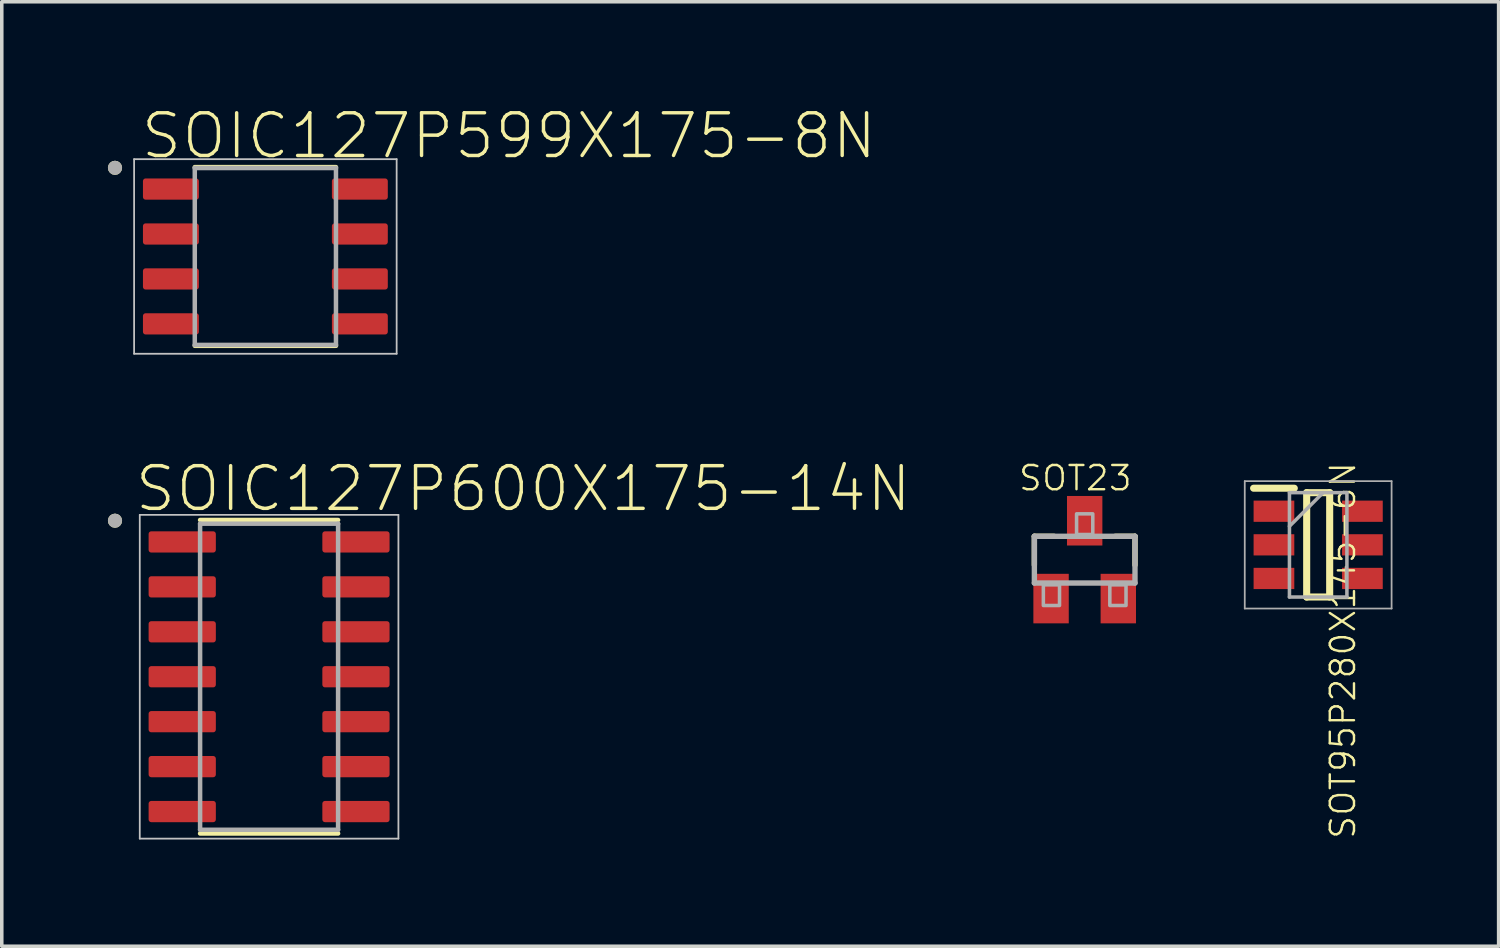
<source format=kicad_pcb>
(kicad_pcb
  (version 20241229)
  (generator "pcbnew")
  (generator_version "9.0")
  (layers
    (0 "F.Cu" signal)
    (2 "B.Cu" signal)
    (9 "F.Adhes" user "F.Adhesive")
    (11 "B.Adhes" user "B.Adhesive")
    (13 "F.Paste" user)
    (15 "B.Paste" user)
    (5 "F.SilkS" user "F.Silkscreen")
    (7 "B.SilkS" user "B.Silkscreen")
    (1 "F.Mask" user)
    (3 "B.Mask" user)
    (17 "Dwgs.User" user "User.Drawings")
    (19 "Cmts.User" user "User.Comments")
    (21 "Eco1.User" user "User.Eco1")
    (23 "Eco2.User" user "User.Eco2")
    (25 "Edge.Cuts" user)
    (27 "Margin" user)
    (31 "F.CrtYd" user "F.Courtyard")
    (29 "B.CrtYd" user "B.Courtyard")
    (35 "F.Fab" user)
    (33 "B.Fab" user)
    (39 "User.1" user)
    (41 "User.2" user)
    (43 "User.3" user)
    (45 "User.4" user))
  (footprint "SOT23"
    (layer "F.Cu")
    (at 27.605 12.767)
    (property "Reference" "SOT23" (at -1.905 -1.905 0) (layer "F.SilkS") (effects (font (size 0.684 0.684) (thickness 0.068)) (justify left bottom)))
    (attr through_hole)
    (fp_line (start -1.422 -0.66) (end -0.864 -0.66) (stroke (width 0.152) (type solid)) (layer "F.SilkS"))
    (fp_line (start -1.422 0.152) (end -1.422 -0.66) (stroke (width 0.152) (type solid)) (layer "F.SilkS"))
    (fp_line (start 0.864 -0.66) (end 1.422 -0.66) (stroke (width 0.152) (type solid)) (layer "F.SilkS"))
    (fp_line (start 1.422 -0.66) (end 1.422 0.152) (stroke (width 0.152) (type solid)) (layer "F.SilkS"))
    (fp_line (start -1.422 -0.66) (end 1.422 -0.66) (stroke (width 0.152) (type solid)) (layer "F.Fab"))
    (fp_line (start -1.422 0.66) (end -1.422 -0.66) (stroke (width 0.152) (type solid)) (layer "F.Fab"))
    (fp_line (start 1.422 -0.66) (end 1.422 0.66) (stroke (width 0.152) (type solid)) (layer "F.Fab"))
    (fp_line (start 1.422 0.66) (end -1.422 0.66) (stroke (width 0.152) (type solid)) (layer "F.Fab"))
    (fp_poly (pts (xy -1.168 1.295) (xy -0.711 1.295) (xy -0.711 0.711) (xy -1.168 0.711)) (stroke (width 0.1) (type solid)) (fill no) (layer "F.Fab"))
    (fp_poly (pts (xy -0.229 -0.711) (xy 0.229 -0.711) (xy 0.229 -1.295) (xy -0.229 -1.295)) (stroke (width 0.1) (type solid)) (fill no) (layer "F.Fab"))
    (fp_poly (pts (xy 0.711 1.295) (xy 1.168 1.295) (xy 1.168 0.711) (xy 0.711 0.711)) (stroke (width 0.1) (type solid)) (fill no) (layer "F.Fab"))
    (pad "1" smd rect (at -0.95 1.1) (size 1 1.4) (layers "F.Cu" "F.Mask" "F.Paste"))
    (pad "2" smd rect (at 0.95 1.1) (size 1 1.4) (layers "F.Cu" "F.Mask" "F.Paste"))
    (pad "3" smd rect (at 0 -1.1) (size 1 1.4) (layers "F.Cu" "F.Mask" "F.Paste")))
  (footprint "SOIC127P599X175-8N"
    (layer "F.Cu")
    (at 4.45 4.198)
    (property "Reference" "SOIC127P599X175-8N" (at -3.575 -2.702 180) (layer "F.SilkS") (effects (font (size 1.206 1.206) (thickness 0.097)) (justify left bottom)))
    (attr through_hole)
    (fp_line (start -1.995 -2.525) (end 1.995 -2.525) (stroke (width 0.127) (type solid)) (layer "F.SilkS"))
    (fp_line (start -1.995 2.525) (end 1.995 2.525) (stroke (width 0.127) (type solid)) (layer "F.SilkS"))
    (fp_circle (center -4.25 -2.505) (end -4.15 -2.505) (stroke (width 0.2) (type solid)) (fill no) (layer "F.SilkS"))
    (fp_line (start -3.71 -2.75) (end -3.71 2.75) (stroke (width 0.05) (type solid)) (layer "Dwgs.User"))
    (fp_line (start -3.71 -2.75) (end 3.71 -2.75) (stroke (width 0.05) (type solid)) (layer "Dwgs.User"))
    (fp_line (start -3.71 2.75) (end 3.71 2.75) (stroke (width 0.05) (type solid)) (layer "Dwgs.User"))
    (fp_line (start 3.71 -2.75) (end 3.71 2.75) (stroke (width 0.05) (type solid)) (layer "Dwgs.User"))
    (fp_line (start -1.995 -2.5) (end -1.995 2.5) (stroke (width 0.127) (type solid)) (layer "F.Fab"))
    (fp_line (start -1.995 -2.5) (end 1.995 -2.5) (stroke (width 0.127) (type solid)) (layer "F.Fab"))
    (fp_line (start -1.995 2.5) (end 1.995 2.5) (stroke (width 0.127) (type solid)) (layer "F.Fab"))
    (fp_line (start 1.995 -2.5) (end 1.995 2.5) (stroke (width 0.127) (type solid)) (layer "F.Fab"))
    (fp_circle (center -4.25 -2.505) (end -4.15 -2.505) (stroke (width 0.2) (type solid)) (fill no) (layer "F.Fab"))
    (pad "1" smd roundrect (at -2.67 -1.905) (size 1.58 0.6) (layers "F.Cu" "F.Mask" "F.Paste") (roundrect_rratio 0.125))
    (pad "2" smd roundrect (at -2.67 -0.635) (size 1.58 0.6) (layers "F.Cu" "F.Mask" "F.Paste") (roundrect_rratio 0.125))
    (pad "3" smd roundrect (at -2.67 0.635) (size 1.58 0.6) (layers "F.Cu" "F.Mask" "F.Paste") (roundrect_rratio 0.125))
    (pad "4" smd roundrect (at -2.67 1.905) (size 1.58 0.6) (layers "F.Cu" "F.Mask" "F.Paste") (roundrect_rratio 0.125))
    (pad "5" smd roundrect (at 2.67 1.905) (size 1.58 0.6) (layers "F.Cu" "F.Mask" "F.Paste") (roundrect_rratio 0.125))
    (pad "6" smd roundrect (at 2.67 0.635) (size 1.58 0.6) (layers "F.Cu" "F.Mask" "F.Paste") (roundrect_rratio 0.125))
    (pad "7" smd roundrect (at 2.67 -0.635) (size 1.58 0.6) (layers "F.Cu" "F.Mask" "F.Paste") (roundrect_rratio 0.125))
    (pad "8" smd roundrect (at 2.67 -1.905) (size 1.58 0.6) (layers "F.Cu" "F.Mask" "F.Paste") (roundrect_rratio 0.125)))
  (footprint "SOIC127P600X175-14N"
    (layer "F.Cu")
    (at 4.555 16.076)
    (property "Reference" "SOIC127P600X175-14N" (at -3.85 -4.607 180) (layer "F.SilkS") (effects (font (size 1.206 1.206) (thickness 0.097)) (justify left bottom)))
    (attr through_hole)
    (fp_line (start -1.95 -4.43) (end 1.95 -4.43) (stroke (width 0.127) (type solid)) (layer "F.SilkS"))
    (fp_line (start -1.95 4.43) (end 1.95 4.43) (stroke (width 0.127) (type solid)) (layer "F.SilkS"))
    (fp_circle (center -4.355 -4.41) (end -4.255 -4.41) (stroke (width 0.2) (type solid)) (fill no) (layer "F.SilkS"))
    (fp_line (start -3.655 -4.575) (end -3.655 4.575) (stroke (width 0.05) (type solid)) (layer "Dwgs.User"))
    (fp_line (start -3.655 -4.575) (end 3.655 -4.575) (stroke (width 0.05) (type solid)) (layer "Dwgs.User"))
    (fp_line (start -3.655 4.575) (end 3.655 4.575) (stroke (width 0.05) (type solid)) (layer "Dwgs.User"))
    (fp_line (start 3.655 -4.575) (end 3.655 4.575) (stroke (width 0.05) (type solid)) (layer "Dwgs.User"))
    (fp_line (start -1.95 -4.325) (end -1.95 4.325) (stroke (width 0.127) (type solid)) (layer "F.Fab"))
    (fp_line (start -1.95 -4.325) (end 1.95 -4.325) (stroke (width 0.127) (type solid)) (layer "F.Fab"))
    (fp_line (start -1.95 4.325) (end 1.95 4.325) (stroke (width 0.127) (type solid)) (layer "F.Fab"))
    (fp_line (start 1.95 -4.325) (end 1.95 4.325) (stroke (width 0.127) (type solid)) (layer "F.Fab"))
    (fp_circle (center -4.355 -4.41) (end -4.255 -4.41) (stroke (width 0.2) (type solid)) (fill no) (layer "F.Fab"))
    (pad "1" smd roundrect (at -2.455 -3.81) (size 1.9 0.6) (layers "F.Cu" "F.Mask" "F.Paste") (roundrect_rratio 0.125))
    (pad "2" smd roundrect (at -2.455 -2.54) (size 1.9 0.6) (layers "F.Cu" "F.Mask" "F.Paste") (roundrect_rratio 0.125))
    (pad "3" smd roundrect (at -2.455 -1.27) (size 1.9 0.6) (layers "F.Cu" "F.Mask" "F.Paste") (roundrect_rratio 0.125))
    (pad "4" smd roundrect (at -2.455 0) (size 1.9 0.6) (layers "F.Cu" "F.Mask" "F.Paste") (roundrect_rratio 0.125))
    (pad "5" smd roundrect (at -2.455 1.27) (size 1.9 0.6) (layers "F.Cu" "F.Mask" "F.Paste") (roundrect_rratio 0.125))
    (pad "6" smd roundrect (at -2.455 2.54) (size 1.9 0.6) (layers "F.Cu" "F.Mask" "F.Paste") (roundrect_rratio 0.125))
    (pad "7" smd roundrect (at -2.455 3.81) (size 1.9 0.6) (layers "F.Cu" "F.Mask" "F.Paste") (roundrect_rratio 0.125))
    (pad "8" smd roundrect (at 2.455 3.81) (size 1.9 0.6) (layers "F.Cu" "F.Mask" "F.Paste") (roundrect_rratio 0.125))
    (pad "9" smd roundrect (at 2.455 2.54) (size 1.9 0.6) (layers "F.Cu" "F.Mask" "F.Paste") (roundrect_rratio 0.125))
    (pad "10" smd roundrect (at 2.455 1.27) (size 1.9 0.6) (layers "F.Cu" "F.Mask" "F.Paste") (roundrect_rratio 0.125))
    (pad "11" smd roundrect (at 2.455 0) (size 1.9 0.6) (layers "F.Cu" "F.Mask" "F.Paste") (roundrect_rratio 0.125))
    (pad "12" smd roundrect (at 2.455 -1.27) (size 1.9 0.6) (layers "F.Cu" "F.Mask" "F.Paste") (roundrect_rratio 0.125))
    (pad "13" smd roundrect (at 2.455 -2.54) (size 1.9 0.6) (layers "F.Cu" "F.Mask" "F.Paste") (roundrect_rratio 0.125))
    (pad "14" smd roundrect (at 2.455 -3.81) (size 1.9 0.6) (layers "F.Cu" "F.Mask" "F.Paste") (roundrect_rratio 0.125)))
  (footprint "SOT95P280X145-6N"
    (layer "F.Cu")
    (at 34.204 12.348)
    (property "Reference" "SOT95P280X145-6N" (at 0.699 2.985 270) (layer "F.SilkS") (effects (font (size 0.684 0.684) (thickness 0.068))))
    (attr through_hole)
    (fp_line (start -1.825 -1.6) (end -0.675 -1.6) (stroke (width 0.2) (type solid)) (layer "F.SilkS"))
    (fp_line (start -0.325 -1.475) (end 0.325 -1.475) (stroke (width 0.2) (type solid)) (layer "F.SilkS"))
    (fp_line (start -0.325 1.475) (end -0.325 -1.475) (stroke (width 0.2) (type solid)) (layer "F.SilkS"))
    (fp_line (start 0.325 -1.475) (end 0.325 1.475) (stroke (width 0.2) (type solid)) (layer "F.SilkS"))
    (fp_line (start 0.325 1.475) (end -0.325 1.475) (stroke (width 0.2) (type solid)) (layer "F.SilkS"))
    (fp_line (start -2.075 -1.8) (end 2.075 -1.8) (stroke (width 0.05) (type solid)) (layer "F.Fab"))
    (fp_line (start -2.075 1.8) (end -2.075 -1.8) (stroke (width 0.05) (type solid)) (layer "F.Fab"))
    (fp_line (start -0.812 -1.475) (end 0.812 -1.475) (stroke (width 0.1) (type solid)) (layer "F.Fab"))
    (fp_line (start -0.812 -0.525) (end 0.138 -1.475) (stroke (width 0.1) (type solid)) (layer "F.Fab"))
    (fp_line (start -0.812 1.475) (end -0.812 -1.475) (stroke (width 0.1) (type solid)) (layer "F.Fab"))
    (fp_line (start 0.812 -1.475) (end 0.812 1.475) (stroke (width 0.1) (type solid)) (layer "F.Fab"))
    (fp_line (start 0.812 1.475) (end -0.812 1.475) (stroke (width 0.1) (type solid)) (layer "F.Fab"))
    (fp_line (start 2.075 -1.8) (end 2.075 1.8) (stroke (width 0.05) (type solid)) (layer "F.Fab"))
    (fp_line (start 2.075 1.8) (end -2.075 1.8) (stroke (width 0.05) (type solid)) (layer "F.Fab"))
    (pad "1" smd rect (at -1.25 -0.95) (size 1.15 0.6) (layers "F.Cu" "F.Mask" "F.Paste"))
    (pad "2" smd rect (at -1.25 0) (size 1.15 0.6) (layers "F.Cu" "F.Mask" "F.Paste"))
    (pad "3" smd rect (at -1.25 0.95) (size 1.15 0.6) (layers "F.Cu" "F.Mask" "F.Paste"))
    (pad "4" smd rect (at 1.25 0.95) (size 1.15 0.6) (layers "F.Cu" "F.Mask" "F.Paste"))
    (pad "5" smd rect (at 1.25 0) (size 1.15 0.6) (layers "F.Cu" "F.Mask" "F.Paste"))
    (pad "6" smd rect (at 1.25 -0.95) (size 1.15 0.6) (layers "F.Cu" "F.Mask" "F.Paste")))
  (gr_rect
    (start -3 -3)
    (end 39.304 23.692)
    (stroke (width 0.1) (type default))
    (fill no)
    (layer "Edge.Cuts")))
</source>
